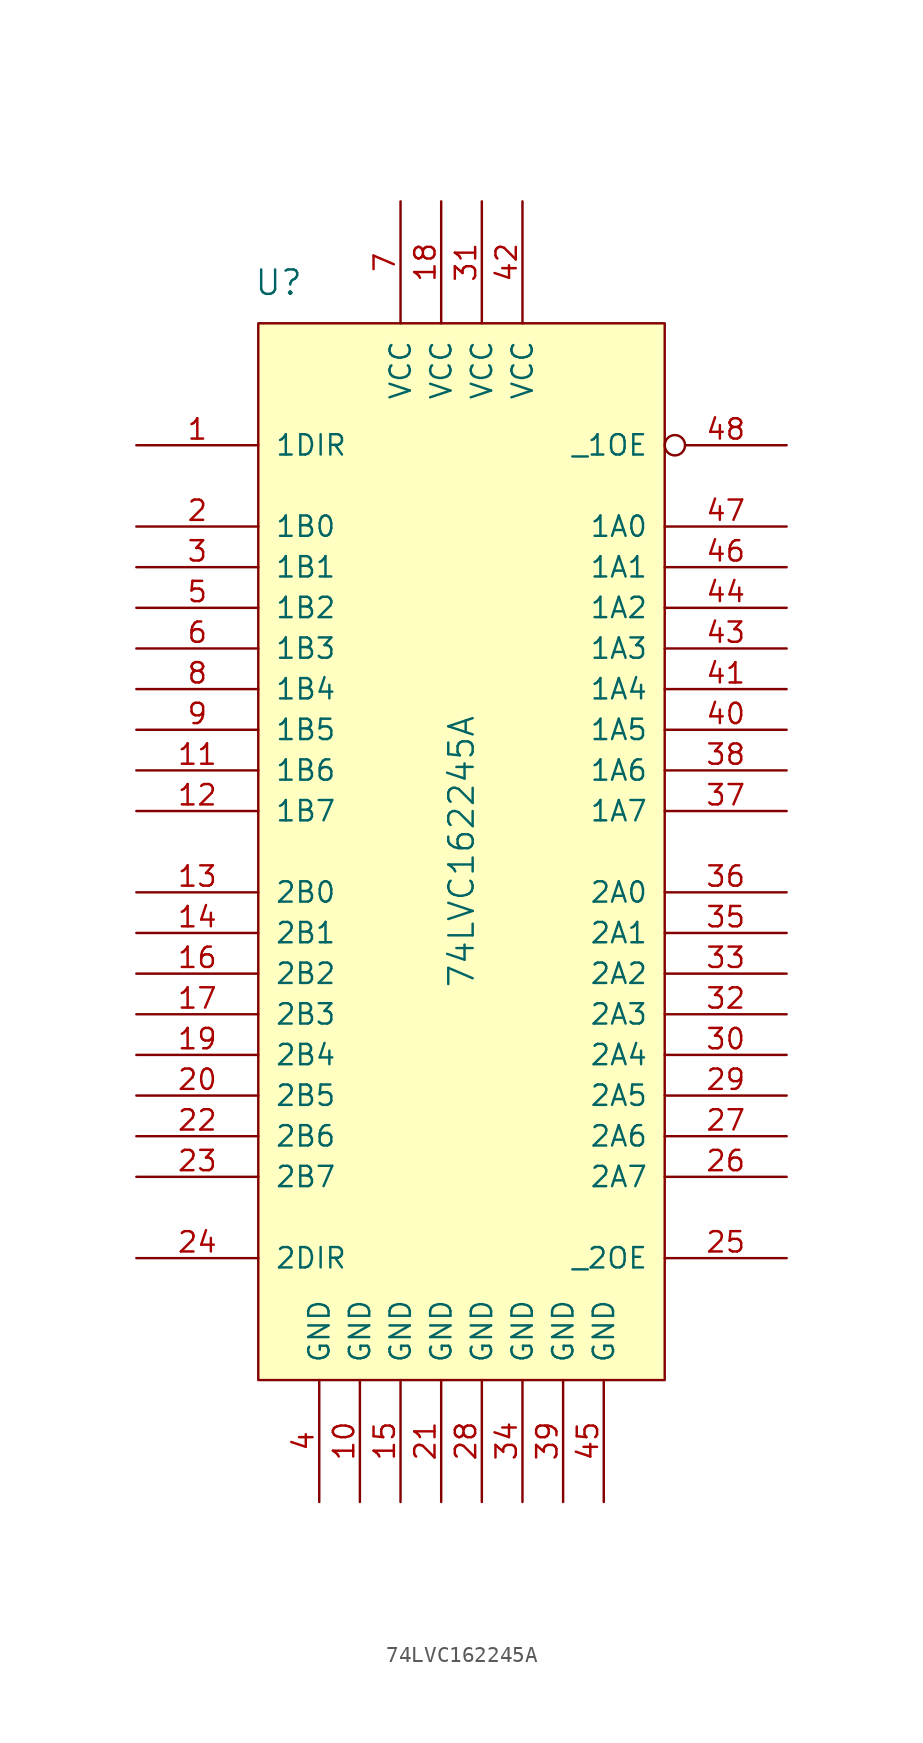
<source format=kicad_sym>
(kicad_symbol_lib
  (version 20211014)
  (generator kicad_symbol_editor)
  (symbol "74LVC162245A"
    (pin_names
      (offset 1.016))
    (property "Reference" "U"
      (at -11.43 35.56 0)
      (effects (font (size 1.524 1.524))))
    (property "Value" "74LVC162245A"
      (at 0 0 90)
      (effects (font (size 1.524 1.524))))
    (property "Footprint" ""
      (at 0 17.78 0)
      (effects (font (size 1.524 1.524))))
    (property "Datasheet" ""
      (at 0 17.78 0)
      (effects (font (size 1.524 1.524))))
    (symbol "74LVC162245A_0_1"
      (rectangle (start -12.7 33.02) (end 12.7 -33.02) (stroke (width 0) (type default) (color 0 0 0 0)) (fill (type background))))
    (symbol "74LVC162245A_1_1"
      (pin input line (at -20.32 25.4 0) (length 7.62) (name "1DIR" (effects (font (size 1.27 1.27)))) (number "1" (effects (font (size 1.27 1.27)))))
      (pin passive line (at -6.35 -40.64 90) (length 7.62) (name "GND" (effects (font (size 1.27 1.27)))) (number "10" (effects (font (size 1.27 1.27)))))
      (pin bidirectional line (at -20.32 5.08 0) (length 7.62) (name "1B6" (effects (font (size 1.27 1.27)))) (number "11" (effects (font (size 1.27 1.27)))))
      (pin bidirectional line (at -20.32 2.54 0) (length 7.62) (name "1B7" (effects (font (size 1.27 1.27)))) (number "12" (effects (font (size 1.27 1.27)))))
      (pin bidirectional line (at -20.32 -2.54 0) (length 7.62) (name "2B0" (effects (font (size 1.27 1.27)))) (number "13" (effects (font (size 1.27 1.27)))))
      (pin bidirectional line (at -20.32 -5.08 0) (length 7.62) (name "2B1" (effects (font (size 1.27 1.27)))) (number "14" (effects (font (size 1.27 1.27)))))
      (pin passive line (at -3.81 -40.64 90) (length 7.62) (name "GND" (effects (font (size 1.27 1.27)))) (number "15" (effects (font (size 1.27 1.27)))))
      (pin bidirectional line (at -20.32 -7.62 0) (length 7.62) (name "2B2" (effects (font (size 1.27 1.27)))) (number "16" (effects (font (size 1.27 1.27)))))
      (pin bidirectional line (at -20.32 -10.16 0) (length 7.62) (name "2B3" (effects (font (size 1.27 1.27)))) (number "17" (effects (font (size 1.27 1.27)))))
      (pin power_in line (at -1.27 40.64 270) (length 7.62) (name "VCC" (effects (font (size 1.27 1.27)))) (number "18" (effects (font (size 1.27 1.27)))))
      (pin bidirectional line (at -20.32 -12.7 0) (length 7.62) (name "2B4" (effects (font (size 1.27 1.27)))) (number "19" (effects (font (size 1.27 1.27)))))
      (pin bidirectional line (at -20.32 20.32 0) (length 7.62) (name "1B0" (effects (font (size 1.27 1.27)))) (number "2" (effects (font (size 1.27 1.27)))))
      (pin bidirectional line (at -20.32 -15.24 0) (length 7.62) (name "2B5" (effects (font (size 1.27 1.27)))) (number "20" (effects (font (size 1.27 1.27)))))
      (pin passive line (at -1.27 -40.64 90) (length 7.62) (name "GND" (effects (font (size 1.27 1.27)))) (number "21" (effects (font (size 1.27 1.27)))))
      (pin bidirectional line (at -20.32 -17.78 0) (length 7.62) (name "2B6" (effects (font (size 1.27 1.27)))) (number "22" (effects (font (size 1.27 1.27)))))
      (pin bidirectional line (at -20.32 -20.32 0) (length 7.62) (name "2B7" (effects (font (size 1.27 1.27)))) (number "23" (effects (font (size 1.27 1.27)))))
      (pin input line (at -20.32 -25.4 0) (length 7.62) (name "2DIR" (effects (font (size 1.27 1.27)))) (number "24" (effects (font (size 1.27 1.27)))))
      (pin input line (at 20.32 -25.4 180) (length 7.62) (name "_2OE" (effects (font (size 1.27 1.27)))) (number "25" (effects (font (size 1.27 1.27)))))
      (pin bidirectional line (at 20.32 -20.32 180) (length 7.62) (name "2A7" (effects (font (size 1.27 1.27)))) (number "26" (effects (font (size 1.27 1.27)))))
      (pin bidirectional line (at 20.32 -17.78 180) (length 7.62) (name "2A6" (effects (font (size 1.27 1.27)))) (number "27" (effects (font (size 1.27 1.27)))))
      (pin passive line (at 1.27 -40.64 90) (length 7.62) (name "GND" (effects (font (size 1.27 1.27)))) (number "28" (effects (font (size 1.27 1.27)))))
      (pin bidirectional line (at 20.32 -15.24 180) (length 7.62) (name "2A5" (effects (font (size 1.27 1.27)))) (number "29" (effects (font (size 1.27 1.27)))))
      (pin bidirectional line (at -20.32 17.78 0) (length 7.62) (name "1B1" (effects (font (size 1.27 1.27)))) (number "3" (effects (font (size 1.27 1.27)))))
      (pin bidirectional line (at 20.32 -12.7 180) (length 7.62) (name "2A4" (effects (font (size 1.27 1.27)))) (number "30" (effects (font (size 1.27 1.27)))))
      (pin power_in line (at 1.27 40.64 270) (length 7.62) (name "VCC" (effects (font (size 1.27 1.27)))) (number "31" (effects (font (size 1.27 1.27)))))
      (pin bidirectional line (at 20.32 -10.16 180) (length 7.62) (name "2A3" (effects (font (size 1.27 1.27)))) (number "32" (effects (font (size 1.27 1.27)))))
      (pin bidirectional line (at 20.32 -7.62 180) (length 7.62) (name "2A2" (effects (font (size 1.27 1.27)))) (number "33" (effects (font (size 1.27 1.27)))))
      (pin passive line (at 3.81 -40.64 90) (length 7.62) (name "GND" (effects (font (size 1.27 1.27)))) (number "34" (effects (font (size 1.27 1.27)))))
      (pin bidirectional line (at 20.32 -5.08 180) (length 7.62) (name "2A1" (effects (font (size 1.27 1.27)))) (number "35" (effects (font (size 1.27 1.27)))))
      (pin bidirectional line (at 20.32 -2.54 180) (length 7.62) (name "2A0" (effects (font (size 1.27 1.27)))) (number "36" (effects (font (size 1.27 1.27)))))
      (pin bidirectional line (at 20.32 2.54 180) (length 7.62) (name "1A7" (effects (font (size 1.27 1.27)))) (number "37" (effects (font (size 1.27 1.27)))))
      (pin bidirectional line (at 20.32 5.08 180) (length 7.62) (name "1A6" (effects (font (size 1.27 1.27)))) (number "38" (effects (font (size 1.27 1.27)))))
      (pin passive line (at 6.35 -40.64 90) (length 7.62) (name "GND" (effects (font (size 1.27 1.27)))) (number "39" (effects (font (size 1.27 1.27)))))
      (pin passive line (at -8.89 -40.64 90) (length 7.62) (name "GND" (effects (font (size 1.27 1.27)))) (number "4" (effects (font (size 1.27 1.27)))))
      (pin bidirectional line (at 20.32 7.62 180) (length 7.62) (name "1A5" (effects (font (size 1.27 1.27)))) (number "40" (effects (font (size 1.27 1.27)))))
      (pin tri_state line (at 20.32 10.16 180) (length 7.62) (name "1A4" (effects (font (size 1.27 1.27)))) (number "41" (effects (font (size 1.27 1.27)))))
      (pin power_in line (at 3.81 40.64 270) (length 7.62) (name "VCC" (effects (font (size 1.27 1.27)))) (number "42" (effects (font (size 1.27 1.27)))))
      (pin bidirectional line (at 20.32 12.7 180) (length 7.62) (name "1A3" (effects (font (size 1.27 1.27)))) (number "43" (effects (font (size 1.27 1.27)))))
      (pin bidirectional line (at 20.32 15.24 180) (length 7.62) (name "1A2" (effects (font (size 1.27 1.27)))) (number "44" (effects (font (size 1.27 1.27)))))
      (pin passive line (at 8.89 -40.64 90) (length 7.62) (name "GND" (effects (font (size 1.27 1.27)))) (number "45" (effects (font (size 1.27 1.27)))))
      (pin bidirectional line (at 20.32 17.78 180) (length 7.62) (name "1A1" (effects (font (size 1.27 1.27)))) (number "46" (effects (font (size 1.27 1.27)))))
      (pin bidirectional line (at 20.32 20.32 180) (length 7.62) (name "1A0" (effects (font (size 1.27 1.27)))) (number "47" (effects (font (size 1.27 1.27)))))
      (pin input inverted (at 20.32 25.4 180) (length 7.62) (name "_1OE" (effects (font (size 1.27 1.27)))) (number "48" (effects (font (size 1.27 1.27)))))
      (pin bidirectional line (at -20.32 15.24 0) (length 7.62) (name "1B2" (effects (font (size 1.27 1.27)))) (number "5" (effects (font (size 1.27 1.27)))))
      (pin bidirectional line (at -20.32 12.7 0) (length 7.62) (name "1B3" (effects (font (size 1.27 1.27)))) (number "6" (effects (font (size 1.27 1.27)))))
      (pin power_in line (at -3.81 40.64 270) (length 7.62) (name "VCC" (effects (font (size 1.27 1.27)))) (number "7" (effects (font (size 1.27 1.27)))))
      (pin bidirectional line (at -20.32 10.16 0) (length 7.62) (name "1B4" (effects (font (size 1.27 1.27)))) (number "8" (effects (font (size 1.27 1.27)))))
      (pin bidirectional line (at -20.32 7.62 0) (length 7.62) (name "1B5" (effects (font (size 1.27 1.27)))) (number "9" (effects (font (size 1.27 1.27))))))))
</source>
